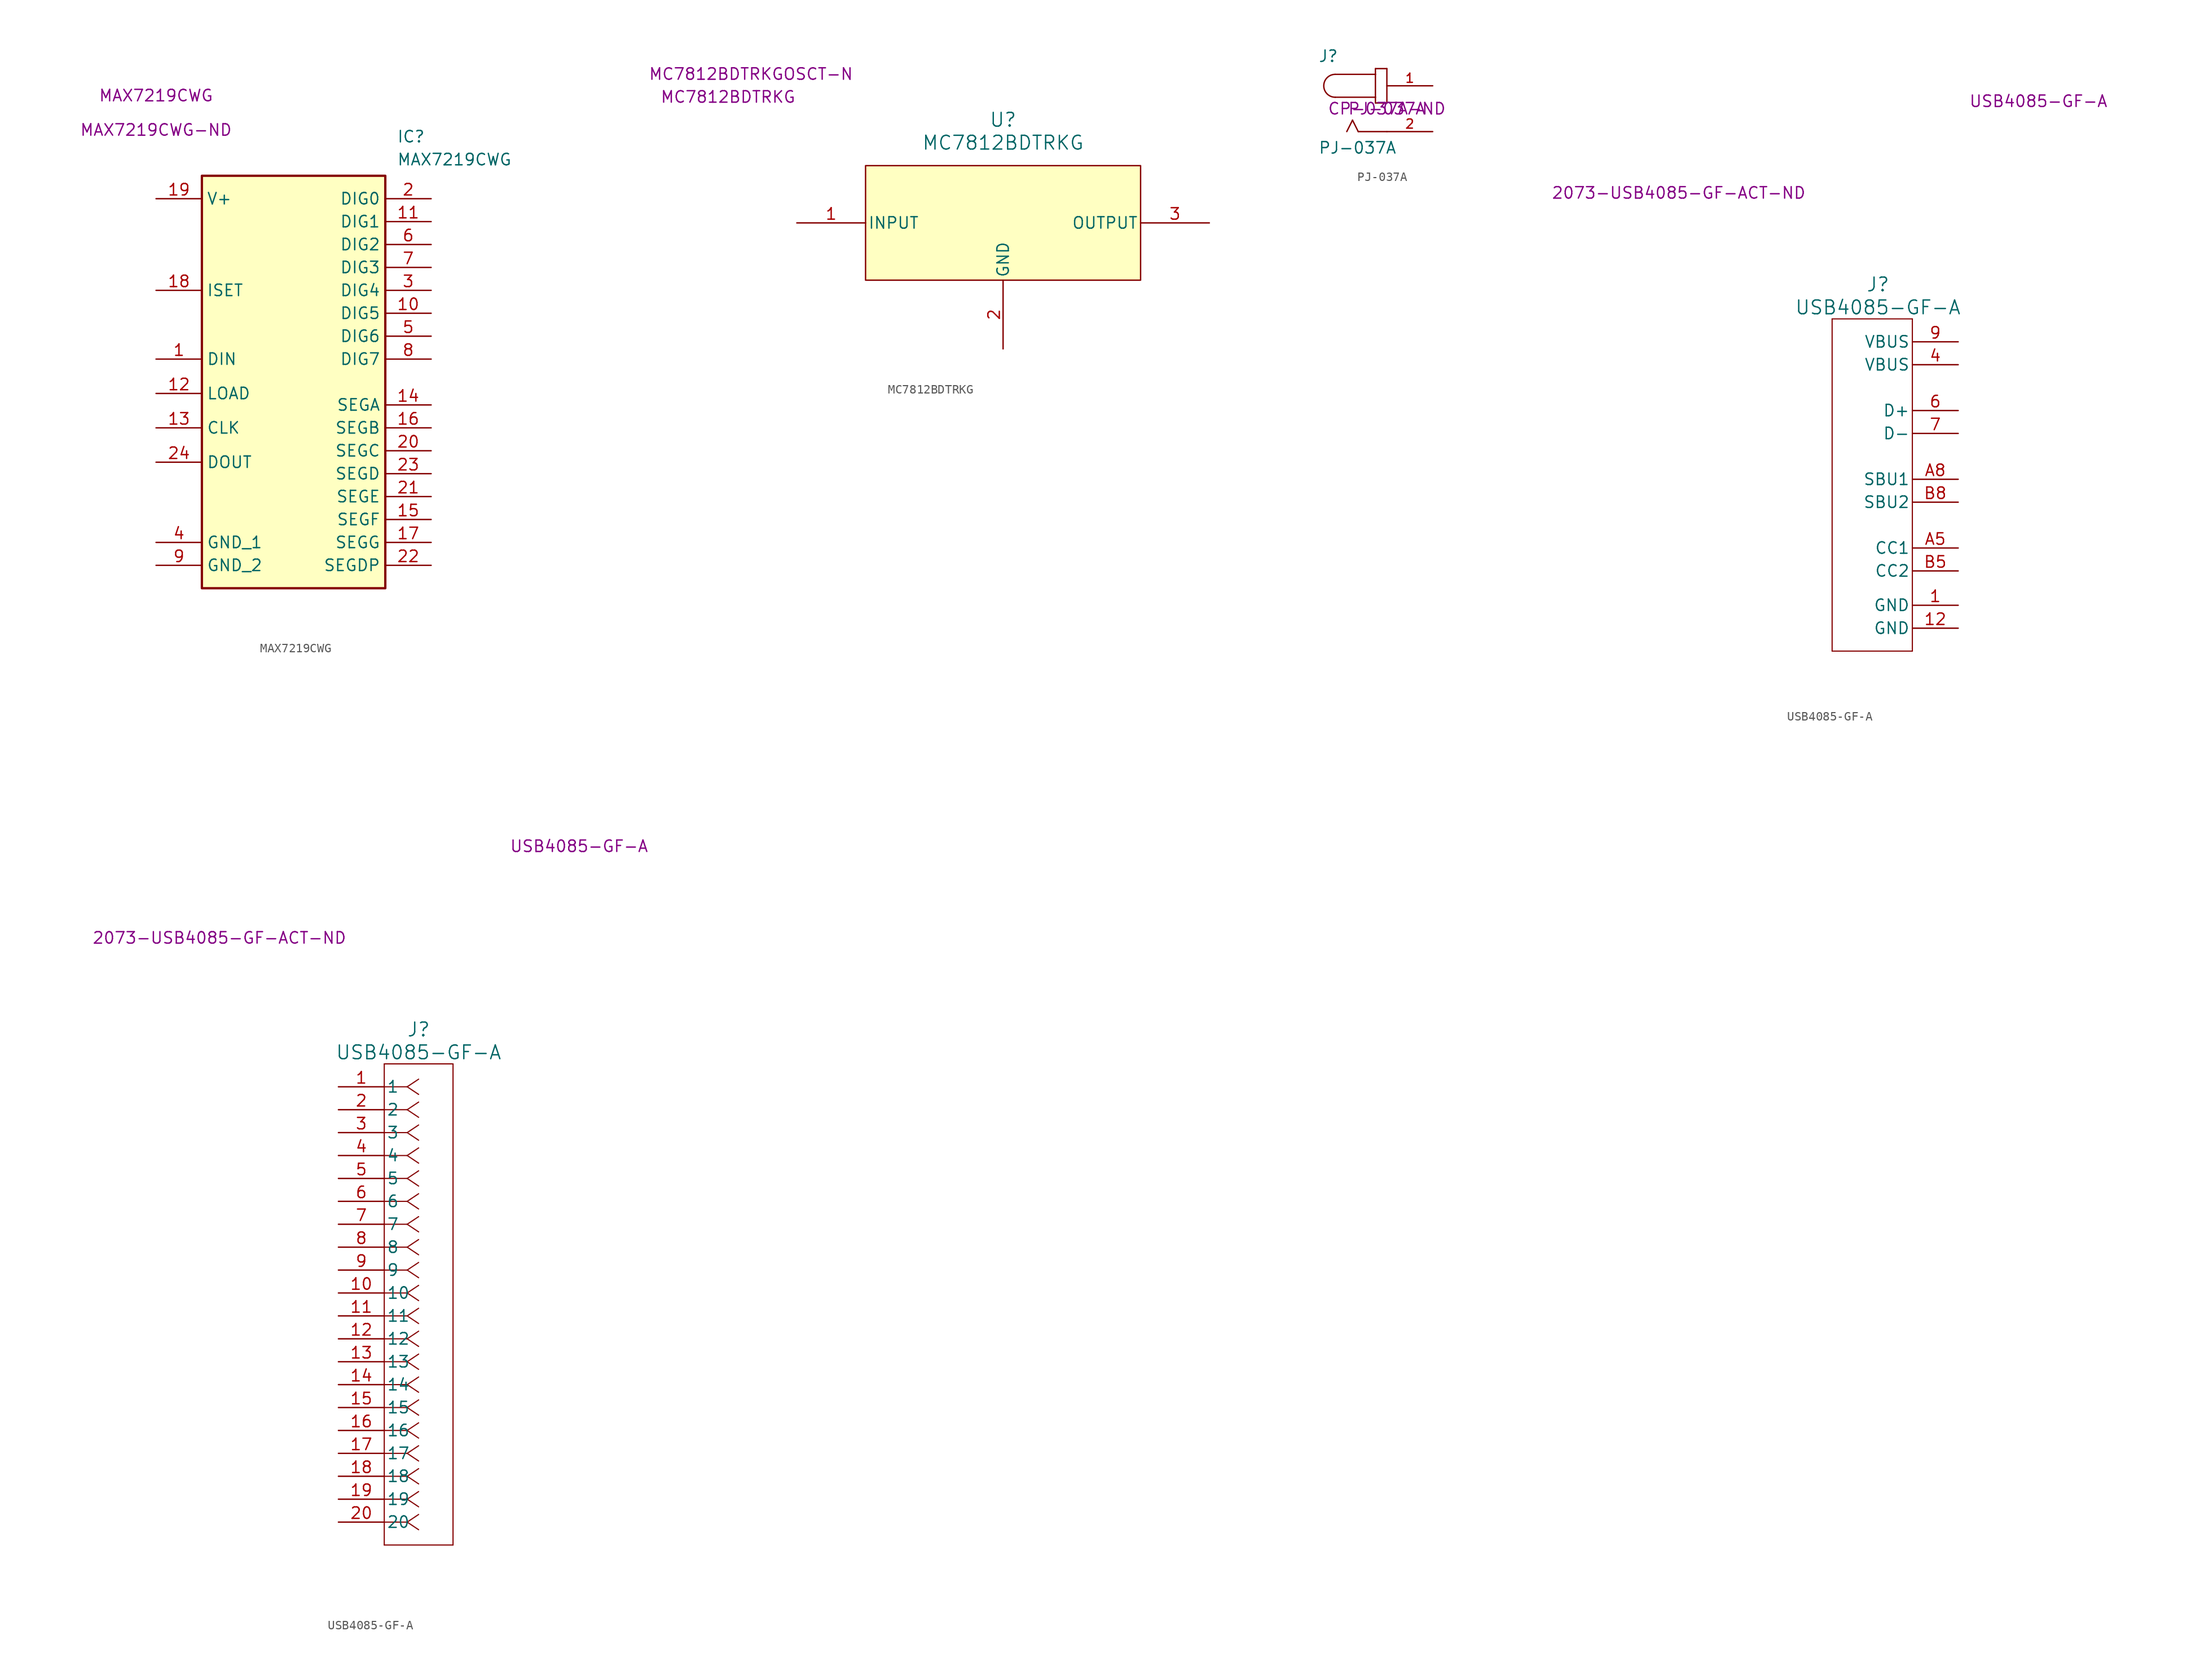
<source format=kicad_sym>
(kicad_symbol_lib
  (version 20220914)
  (generator kicad_symbol_editor)
  (symbol "MAX7219CWG"
    (property "Reference" "IC"
      (at 26.67 7.62 0)
      (effects (font (size 1.27 1.27)) (justify left top)))
    (property "Value" "MAX7219CWG"
      (at 26.67 5.08 0)
      (effects (font (size 1.27 1.27)) (justify left top)))
    (property "MPN" "MAX7219CWG"
      (at 0 11.43 0)
      (effects (font (size 1.27 1.27))))
    (property "Digikey PN" "MAX7219CWG-ND"
      (at 0 7.62 0)
      (effects (font (size 1.27 1.27))))
    (symbol "MAX7219CWG_1_1"
      (rectangle (start 5.08 2.54) (end 25.4 -43.18) (stroke (width 0.254) (type default)) (fill (type background)))
      (pin passive line (at 0 -17.78 0) (length 5.08) (name "DIN" (effects (font (size 1.27 1.27)))) (number "1" (effects (font (size 1.27 1.27)))))
      (pin passive line (at 30.48 -12.7 180) (length 5.08) (name "DIG5" (effects (font (size 1.27 1.27)))) (number "10" (effects (font (size 1.27 1.27)))))
      (pin passive line (at 30.48 -2.54 180) (length 5.08) (name "DIG1" (effects (font (size 1.27 1.27)))) (number "11" (effects (font (size 1.27 1.27)))))
      (pin passive line (at 0 -21.59 0) (length 5.08) (name "LOAD" (effects (font (size 1.27 1.27)))) (number "12" (effects (font (size 1.27 1.27)))))
      (pin passive line (at 0 -25.4 0) (length 5.08) (name "CLK" (effects (font (size 1.27 1.27)))) (number "13" (effects (font (size 1.27 1.27)))))
      (pin passive line (at 30.48 -22.86 180) (length 5.08) (name "SEGA" (effects (font (size 1.27 1.27)))) (number "14" (effects (font (size 1.27 1.27)))))
      (pin passive line (at 30.48 -35.56 180) (length 5.08) (name "SEGF" (effects (font (size 1.27 1.27)))) (number "15" (effects (font (size 1.27 1.27)))))
      (pin passive line (at 30.48 -25.4 180) (length 5.08) (name "SEGB" (effects (font (size 1.27 1.27)))) (number "16" (effects (font (size 1.27 1.27)))))
      (pin passive line (at 30.48 -38.1 180) (length 5.08) (name "SEGG" (effects (font (size 1.27 1.27)))) (number "17" (effects (font (size 1.27 1.27)))))
      (pin passive line (at 0 -10.16 0) (length 5.08) (name "ISET" (effects (font (size 1.27 1.27)))) (number "18" (effects (font (size 1.27 1.27)))))
      (pin passive line (at 0 0 0) (length 5.08) (name "V+" (effects (font (size 1.27 1.27)))) (number "19" (effects (font (size 1.27 1.27)))))
      (pin passive line (at 30.48 0 180) (length 5.08) (name "DIG0" (effects (font (size 1.27 1.27)))) (number "2" (effects (font (size 1.27 1.27)))))
      (pin passive line (at 30.48 -27.94 180) (length 5.08) (name "SEGC" (effects (font (size 1.27 1.27)))) (number "20" (effects (font (size 1.27 1.27)))))
      (pin passive line (at 30.48 -33.02 180) (length 5.08) (name "SEGE" (effects (font (size 1.27 1.27)))) (number "21" (effects (font (size 1.27 1.27)))))
      (pin passive line (at 30.48 -40.64 180) (length 5.08) (name "SEGDP" (effects (font (size 1.27 1.27)))) (number "22" (effects (font (size 1.27 1.27)))))
      (pin passive line (at 30.48 -30.48 180) (length 5.08) (name "SEGD" (effects (font (size 1.27 1.27)))) (number "23" (effects (font (size 1.27 1.27)))))
      (pin passive line (at 0 -29.21 0) (length 5.08) (name "DOUT" (effects (font (size 1.27 1.27)))) (number "24" (effects (font (size 1.27 1.27)))))
      (pin passive line (at 30.48 -10.16 180) (length 5.08) (name "DIG4" (effects (font (size 1.27 1.27)))) (number "3" (effects (font (size 1.27 1.27)))))
      (pin passive line (at 0 -38.1 0) (length 5.08) (name "GND_1" (effects (font (size 1.27 1.27)))) (number "4" (effects (font (size 1.27 1.27)))))
      (pin passive line (at 30.48 -15.24 180) (length 5.08) (name "DIG6" (effects (font (size 1.27 1.27)))) (number "5" (effects (font (size 1.27 1.27)))))
      (pin passive line (at 30.48 -5.08 180) (length 5.08) (name "DIG2" (effects (font (size 1.27 1.27)))) (number "6" (effects (font (size 1.27 1.27)))))
      (pin passive line (at 30.48 -7.62 180) (length 5.08) (name "DIG3" (effects (font (size 1.27 1.27)))) (number "7" (effects (font (size 1.27 1.27)))))
      (pin passive line (at 30.48 -17.78 180) (length 5.08) (name "DIG7" (effects (font (size 1.27 1.27)))) (number "8" (effects (font (size 1.27 1.27)))))
      (pin passive line (at 0 -40.64 0) (length 5.08) (name "GND_2" (effects (font (size 1.27 1.27)))) (number "9" (effects (font (size 1.27 1.27)))))))
  (symbol "MC7812BDTRKG"
    (pin_names
      (offset 0.254))
    (property "Reference" "U"
      (at 22.86 10.16 0)
      (effects (font (size 1.524 1.524))))
    (property "Value" "MC7812BDTRKG"
      (at 22.86 7.62 0)
      (effects (font (size 1.524 1.524))))
    (property "MPN" "MC7812BDTRKG"
      (at -7.62 12.7 0)
      (effects (font (size 1.27 1.27))))
    (property "Digikey PN" "MC7812BDTRKGOSCT-N"
      (at -5.08 15.24 0)
      (effects (font (size 1.27 1.27))))
    (symbol "MC7812BDTRKG_0_1"
      (pin input line (at 0 -1.27 0) (length 7.62) (name "INPUT" (effects (font (size 1.27 1.27)))) (number "1" (effects (font (size 1.27 1.27)))))
      (pin output line (at 45.72 -1.27 180) (length 7.62) (name "OUTPUT" (effects (font (size 1.27 1.27)))) (number "3" (effects (font (size 1.27 1.27))))))
    (symbol "MC7812BDTRKG_1_1"
      (rectangle (start 7.62 5.08) (end 38.1 -7.62) (stroke (width 0) (type default)) (fill (type background)))
      (pin power_in line (at 22.86 -15.24 90) (length 7.62) (name "GND" (effects (font (size 1.27 1.27)))) (number "2" (effects (font (size 1.27 1.27)))))))
  (symbol "PJ-037A"
    (pin_names
      (offset 1.016) hide)
    (property "Reference" "J"
      (at -7.62 5.08 0)
      (effects (font (size 1.27 1.27)) (justify left bottom)))
    (property "Value" "PJ-037A"
      (at -7.62 -5.08 0)
      (effects (font (size 1.27 1.27)) (justify left bottom)))
    (property "MPN" "PJ-037A"
      (at 0 0 0)
      (effects (font (size 1.27 1.27))))
    (property "Digikey PN" "CP-037A-ND"
      (at 0 0 0)
      (effects (font (size 1.27 1.27))))
    (symbol "PJ-037A_0_0"
      (arc (start -5.726 3.81) (mid -6.9905 2.54) (end -5.726 1.27) (stroke (width 0.1524) (type solid)) (fill (type none)))
      (polyline (pts (xy -5.715 3.81) (xy -1.27 3.81)) (stroke (width 0.152) (type solid)) (fill (type none)))
      (polyline (pts (xy -3.81 -1.27) (xy -4.445 -2.54)) (stroke (width 0.152) (type solid)) (fill (type none)))
      (polyline (pts (xy -3.175 -2.54) (xy -3.81 -1.27)) (stroke (width 0.152) (type solid)) (fill (type none)))
      (polyline (pts (xy -1.27 0.635) (xy 0 0.635)) (stroke (width 0.152) (type solid)) (fill (type none)))
      (polyline (pts (xy -1.27 1.27) (xy -5.715 1.27)) (stroke (width 0.152) (type solid)) (fill (type none)))
      (polyline (pts (xy -1.27 1.27) (xy -1.27 0.635)) (stroke (width 0.152) (type solid)) (fill (type none)))
      (polyline (pts (xy -1.27 3.81) (xy -1.27 1.27)) (stroke (width 0.152) (type solid)) (fill (type none)))
      (polyline (pts (xy -1.27 4.445) (xy -1.27 3.81)) (stroke (width 0.152) (type solid)) (fill (type none)))
      (polyline (pts (xy 0 -2.54) (xy -3.175 -2.54)) (stroke (width 0.152) (type solid)) (fill (type none)))
      (polyline (pts (xy 0 0.635) (xy 0 4.445)) (stroke (width 0.152) (type solid)) (fill (type none)))
      (polyline (pts (xy 0 4.445) (xy -1.27 4.445)) (stroke (width 0.152) (type solid)) (fill (type none)))
      (pin passive line (at 5.08 -2.54 180) (length 5.08) (name "~" (effects (font (size 1.016 1.016)))) (number "2" (effects (font (size 1.016 1.016))))))
    (symbol "PJ-037A_1_0"
      (pin passive line (at 5.08 2.54 180) (length 5.08) (name "~" (effects (font (size 1.016 1.016)))) (number "1" (effects (font (size 1.016 1.016)))))))
  (symbol "USB4085-GF-A"
    (pin_names
      (offset 0.254))
    (property "Reference" "J"
      (at 8.89 6.35 0)
      (effects (font (size 1.524 1.524))))
    (property "Value" "USB4085-GF-A"
      (at 8.89 3.81 0)
      (effects (font (size 1.524 1.524))))
    (property "MPN" "USB4085-GF-A"
      (at 26.67 26.67 0)
      (effects (font (size 1.27 1.27))))
    (property "Digikey PN" "2073-USB4085-GF-ACT-ND "
      (at -12.7 16.51 0)
      (effects (font (size 1.27 1.27))))
    (symbol "USB4085-GF-A_1_1"
      (polyline (pts (xy 3.81 -34.29) (xy 12.7 -34.29)) (stroke (width 0.127) (type default)) (fill (type none)))
      (polyline (pts (xy 3.81 2.54) (xy 3.81 -34.29)) (stroke (width 0.127) (type default)) (fill (type none)))
      (polyline (pts (xy 12.7 -34.29) (xy 12.7 2.54)) (stroke (width 0.127) (type default)) (fill (type none)))
      (polyline (pts (xy 12.7 2.54) (xy 3.81 2.54)) (stroke (width 0.127) (type default)) (fill (type none)))
      (pin power_in line (at 17.78 -29.21 180) (length 5.08) (name "GND" (effects (font (size 1.27 1.27)))) (number "1" (effects (font (size 1.27 1.27)))))
      (pin power_in line (at 17.78 -31.75 180) (length 5.08) (name "GND" (effects (font (size 1.27 1.27)))) (number "12" (effects (font (size 1.27 1.27)))))
      (pin power_in line (at 17.78 -2.54 180) (length 5.08) (name "VBUS" (effects (font (size 1.27 1.27)))) (number "4" (effects (font (size 1.27 1.27)))))
      (pin bidirectional line (at 17.78 -7.62 180) (length 5.08) (name "D+" (effects (font (size 1.27 1.27)))) (number "6" (effects (font (size 1.27 1.27)))))
      (pin bidirectional line (at 17.78 -10.16 180) (length 5.08) (name "D-" (effects (font (size 1.27 1.27)))) (number "7" (effects (font (size 1.27 1.27)))))
      (pin power_in line (at 17.78 0 180) (length 5.08) (name "VBUS" (effects (font (size 1.27 1.27)))) (number "9" (effects (font (size 1.27 1.27)))))
      (pin bidirectional line (at 17.78 -22.86 180) (length 5.08) (name "CC1" (effects (font (size 1.27 1.27)))) (number "A5" (effects (font (size 1.27 1.27)))))
      (pin bidirectional line (at 17.78 -15.24 180) (length 5.08) (name "SBU1" (effects (font (size 1.27 1.27)))) (number "A8" (effects (font (size 1.27 1.27)))))
      (pin bidirectional line (at 17.78 -25.4 180) (length 5.08) (name "CC2" (effects (font (size 1.27 1.27)))) (number "B5" (effects (font (size 1.27 1.27)))))
      (pin bidirectional line (at 17.78 -17.78 180) (length 5.08) (name "SBU2" (effects (font (size 1.27 1.27)))) (number "B8" (effects (font (size 1.27 1.27))))))
    (symbol "USB4085-GF-A_1_2"
      (polyline (pts (xy 5.08 -50.8) (xy 12.7 -50.8)) (stroke (width 0.127) (type default)) (fill (type none)))
      (polyline (pts (xy 5.08 2.54) (xy 5.08 -50.8)) (stroke (width 0.127) (type default)) (fill (type none)))
      (polyline (pts (xy 7.62 -48.26) (xy 5.08 -48.26)) (stroke (width 0.127) (type default)) (fill (type none)))
      (polyline (pts (xy 7.62 -48.26) (xy 8.89 -49.107)) (stroke (width 0.127) (type default)) (fill (type none)))
      (polyline (pts (xy 7.62 -48.26) (xy 8.89 -47.413)) (stroke (width 0.127) (type default)) (fill (type none)))
      (polyline (pts (xy 7.62 -45.72) (xy 5.08 -45.72)) (stroke (width 0.127) (type default)) (fill (type none)))
      (polyline (pts (xy 7.62 -45.72) (xy 8.89 -46.567)) (stroke (width 0.127) (type default)) (fill (type none)))
      (polyline (pts (xy 7.62 -45.72) (xy 8.89 -44.873)) (stroke (width 0.127) (type default)) (fill (type none)))
      (polyline (pts (xy 7.62 -43.18) (xy 5.08 -43.18)) (stroke (width 0.127) (type default)) (fill (type none)))
      (polyline (pts (xy 7.62 -43.18) (xy 8.89 -44.027)) (stroke (width 0.127) (type default)) (fill (type none)))
      (polyline (pts (xy 7.62 -43.18) (xy 8.89 -42.333)) (stroke (width 0.127) (type default)) (fill (type none)))
      (polyline (pts (xy 7.62 -40.64) (xy 5.08 -40.64)) (stroke (width 0.127) (type default)) (fill (type none)))
      (polyline (pts (xy 7.62 -40.64) (xy 8.89 -41.487)) (stroke (width 0.127) (type default)) (fill (type none)))
      (polyline (pts (xy 7.62 -40.64) (xy 8.89 -39.793)) (stroke (width 0.127) (type default)) (fill (type none)))
      (polyline (pts (xy 7.62 -38.1) (xy 5.08 -38.1)) (stroke (width 0.127) (type default)) (fill (type none)))
      (polyline (pts (xy 7.62 -38.1) (xy 8.89 -38.947)) (stroke (width 0.127) (type default)) (fill (type none)))
      (polyline (pts (xy 7.62 -38.1) (xy 8.89 -37.253)) (stroke (width 0.127) (type default)) (fill (type none)))
      (polyline (pts (xy 7.62 -35.56) (xy 5.08 -35.56)) (stroke (width 0.127) (type default)) (fill (type none)))
      (polyline (pts (xy 7.62 -35.56) (xy 8.89 -36.407)) (stroke (width 0.127) (type default)) (fill (type none)))
      (polyline (pts (xy 7.62 -35.56) (xy 8.89 -34.713)) (stroke (width 0.127) (type default)) (fill (type none)))
      (polyline (pts (xy 7.62 -33.02) (xy 5.08 -33.02)) (stroke (width 0.127) (type default)) (fill (type none)))
      (polyline (pts (xy 7.62 -33.02) (xy 8.89 -33.867)) (stroke (width 0.127) (type default)) (fill (type none)))
      (polyline (pts (xy 7.62 -33.02) (xy 8.89 -32.173)) (stroke (width 0.127) (type default)) (fill (type none)))
      (polyline (pts (xy 7.62 -30.48) (xy 5.08 -30.48)) (stroke (width 0.127) (type default)) (fill (type none)))
      (polyline (pts (xy 7.62 -30.48) (xy 8.89 -31.327)) (stroke (width 0.127) (type default)) (fill (type none)))
      (polyline (pts (xy 7.62 -30.48) (xy 8.89 -29.633)) (stroke (width 0.127) (type default)) (fill (type none)))
      (polyline (pts (xy 7.62 -27.94) (xy 5.08 -27.94)) (stroke (width 0.127) (type default)) (fill (type none)))
      (polyline (pts (xy 7.62 -27.94) (xy 8.89 -28.787)) (stroke (width 0.127) (type default)) (fill (type none)))
      (polyline (pts (xy 7.62 -27.94) (xy 8.89 -27.093)) (stroke (width 0.127) (type default)) (fill (type none)))
      (polyline (pts (xy 7.62 -25.4) (xy 5.08 -25.4)) (stroke (width 0.127) (type default)) (fill (type none)))
      (polyline (pts (xy 7.62 -25.4) (xy 8.89 -26.247)) (stroke (width 0.127) (type default)) (fill (type none)))
      (polyline (pts (xy 7.62 -25.4) (xy 8.89 -24.553)) (stroke (width 0.127) (type default)) (fill (type none)))
      (polyline (pts (xy 7.62 -22.86) (xy 5.08 -22.86)) (stroke (width 0.127) (type default)) (fill (type none)))
      (polyline (pts (xy 7.62 -22.86) (xy 8.89 -23.707)) (stroke (width 0.127) (type default)) (fill (type none)))
      (polyline (pts (xy 7.62 -22.86) (xy 8.89 -22.013)) (stroke (width 0.127) (type default)) (fill (type none)))
      (polyline (pts (xy 7.62 -20.32) (xy 5.08 -20.32)) (stroke (width 0.127) (type default)) (fill (type none)))
      (polyline (pts (xy 7.62 -20.32) (xy 8.89 -21.167)) (stroke (width 0.127) (type default)) (fill (type none)))
      (polyline (pts (xy 7.62 -20.32) (xy 8.89 -19.473)) (stroke (width 0.127) (type default)) (fill (type none)))
      (polyline (pts (xy 7.62 -17.78) (xy 5.08 -17.78)) (stroke (width 0.127) (type default)) (fill (type none)))
      (polyline (pts (xy 7.62 -17.78) (xy 8.89 -18.627)) (stroke (width 0.127) (type default)) (fill (type none)))
      (polyline (pts (xy 7.62 -17.78) (xy 8.89 -16.933)) (stroke (width 0.127) (type default)) (fill (type none)))
      (polyline (pts (xy 7.62 -15.24) (xy 5.08 -15.24)) (stroke (width 0.127) (type default)) (fill (type none)))
      (polyline (pts (xy 7.62 -15.24) (xy 8.89 -16.087)) (stroke (width 0.127) (type default)) (fill (type none)))
      (polyline (pts (xy 7.62 -15.24) (xy 8.89 -14.393)) (stroke (width 0.127) (type default)) (fill (type none)))
      (polyline (pts (xy 7.62 -12.7) (xy 5.08 -12.7)) (stroke (width 0.127) (type default)) (fill (type none)))
      (polyline (pts (xy 7.62 -12.7) (xy 8.89 -13.547)) (stroke (width 0.127) (type default)) (fill (type none)))
      (polyline (pts (xy 7.62 -12.7) (xy 8.89 -11.853)) (stroke (width 0.127) (type default)) (fill (type none)))
      (polyline (pts (xy 7.62 -10.16) (xy 5.08 -10.16)) (stroke (width 0.127) (type default)) (fill (type none)))
      (polyline (pts (xy 7.62 -10.16) (xy 8.89 -11.007)) (stroke (width 0.127) (type default)) (fill (type none)))
      (polyline (pts (xy 7.62 -10.16) (xy 8.89 -9.313)) (stroke (width 0.127) (type default)) (fill (type none)))
      (polyline (pts (xy 7.62 -7.62) (xy 5.08 -7.62)) (stroke (width 0.127) (type default)) (fill (type none)))
      (polyline (pts (xy 7.62 -7.62) (xy 8.89 -8.467)) (stroke (width 0.127) (type default)) (fill (type none)))
      (polyline (pts (xy 7.62 -7.62) (xy 8.89 -6.773)) (stroke (width 0.127) (type default)) (fill (type none)))
      (polyline (pts (xy 7.62 -5.08) (xy 5.08 -5.08)) (stroke (width 0.127) (type default)) (fill (type none)))
      (polyline (pts (xy 7.62 -5.08) (xy 8.89 -5.927)) (stroke (width 0.127) (type default)) (fill (type none)))
      (polyline (pts (xy 7.62 -5.08) (xy 8.89 -4.233)) (stroke (width 0.127) (type default)) (fill (type none)))
      (polyline (pts (xy 7.62 -2.54) (xy 5.08 -2.54)) (stroke (width 0.127) (type default)) (fill (type none)))
      (polyline (pts (xy 7.62 -2.54) (xy 8.89 -3.387)) (stroke (width 0.127) (type default)) (fill (type none)))
      (polyline (pts (xy 7.62 -2.54) (xy 8.89 -1.693)) (stroke (width 0.127) (type default)) (fill (type none)))
      (polyline (pts (xy 7.62 0) (xy 5.08 0)) (stroke (width 0.127) (type default)) (fill (type none)))
      (polyline (pts (xy 7.62 0) (xy 8.89 -0.847)) (stroke (width 0.127) (type default)) (fill (type none)))
      (polyline (pts (xy 7.62 0) (xy 8.89 0.847)) (stroke (width 0.127) (type default)) (fill (type none)))
      (polyline (pts (xy 12.7 -50.8) (xy 12.7 2.54)) (stroke (width 0.127) (type default)) (fill (type none)))
      (polyline (pts (xy 12.7 2.54) (xy 5.08 2.54)) (stroke (width 0.127) (type default)) (fill (type none)))
      (pin unspecified line (at 0 0 0) (length 5.08) (name "1" (effects (font (size 1.27 1.27)))) (number "1" (effects (font (size 1.27 1.27)))))
      (pin unspecified line (at 0 -22.86 0) (length 5.08) (name "10" (effects (font (size 1.27 1.27)))) (number "10" (effects (font (size 1.27 1.27)))))
      (pin unspecified line (at 0 -25.4 0) (length 5.08) (name "11" (effects (font (size 1.27 1.27)))) (number "11" (effects (font (size 1.27 1.27)))))
      (pin unspecified line (at 0 -27.94 0) (length 5.08) (name "12" (effects (font (size 1.27 1.27)))) (number "12" (effects (font (size 1.27 1.27)))))
      (pin unspecified line (at 0 -30.48 0) (length 5.08) (name "13" (effects (font (size 1.27 1.27)))) (number "13" (effects (font (size 1.27 1.27)))))
      (pin unspecified line (at 0 -33.02 0) (length 5.08) (name "14" (effects (font (size 1.27 1.27)))) (number "14" (effects (font (size 1.27 1.27)))))
      (pin unspecified line (at 0 -35.56 0) (length 5.08) (name "15" (effects (font (size 1.27 1.27)))) (number "15" (effects (font (size 1.27 1.27)))))
      (pin unspecified line (at 0 -38.1 0) (length 5.08) (name "16" (effects (font (size 1.27 1.27)))) (number "16" (effects (font (size 1.27 1.27)))))
      (pin unspecified line (at 0 -40.64 0) (length 5.08) (name "17" (effects (font (size 1.27 1.27)))) (number "17" (effects (font (size 1.27 1.27)))))
      (pin unspecified line (at 0 -43.18 0) (length 5.08) (name "18" (effects (font (size 1.27 1.27)))) (number "18" (effects (font (size 1.27 1.27)))))
      (pin unspecified line (at 0 -45.72 0) (length 5.08) (name "19" (effects (font (size 1.27 1.27)))) (number "19" (effects (font (size 1.27 1.27)))))
      (pin unspecified line (at 0 -2.54 0) (length 5.08) (name "2" (effects (font (size 1.27 1.27)))) (number "2" (effects (font (size 1.27 1.27)))))
      (pin unspecified line (at 0 -48.26 0) (length 5.08) (name "20" (effects (font (size 1.27 1.27)))) (number "20" (effects (font (size 1.27 1.27)))))
      (pin unspecified line (at 0 -5.08 0) (length 5.08) (name "3" (effects (font (size 1.27 1.27)))) (number "3" (effects (font (size 1.27 1.27)))))
      (pin unspecified line (at 0 -7.62 0) (length 5.08) (name "4" (effects (font (size 1.27 1.27)))) (number "4" (effects (font (size 1.27 1.27)))))
      (pin unspecified line (at 0 -10.16 0) (length 5.08) (name "5" (effects (font (size 1.27 1.27)))) (number "5" (effects (font (size 1.27 1.27)))))
      (pin unspecified line (at 0 -12.7 0) (length 5.08) (name "6" (effects (font (size 1.27 1.27)))) (number "6" (effects (font (size 1.27 1.27)))))
      (pin unspecified line (at 0 -15.24 0) (length 5.08) (name "7" (effects (font (size 1.27 1.27)))) (number "7" (effects (font (size 1.27 1.27)))))
      (pin unspecified line (at 0 -17.78 0) (length 5.08) (name "8" (effects (font (size 1.27 1.27)))) (number "8" (effects (font (size 1.27 1.27)))))
      (pin unspecified line (at 0 -20.32 0) (length 5.08) (name "9" (effects (font (size 1.27 1.27)))) (number "9" (effects (font (size 1.27 1.27))))))))
</source>
